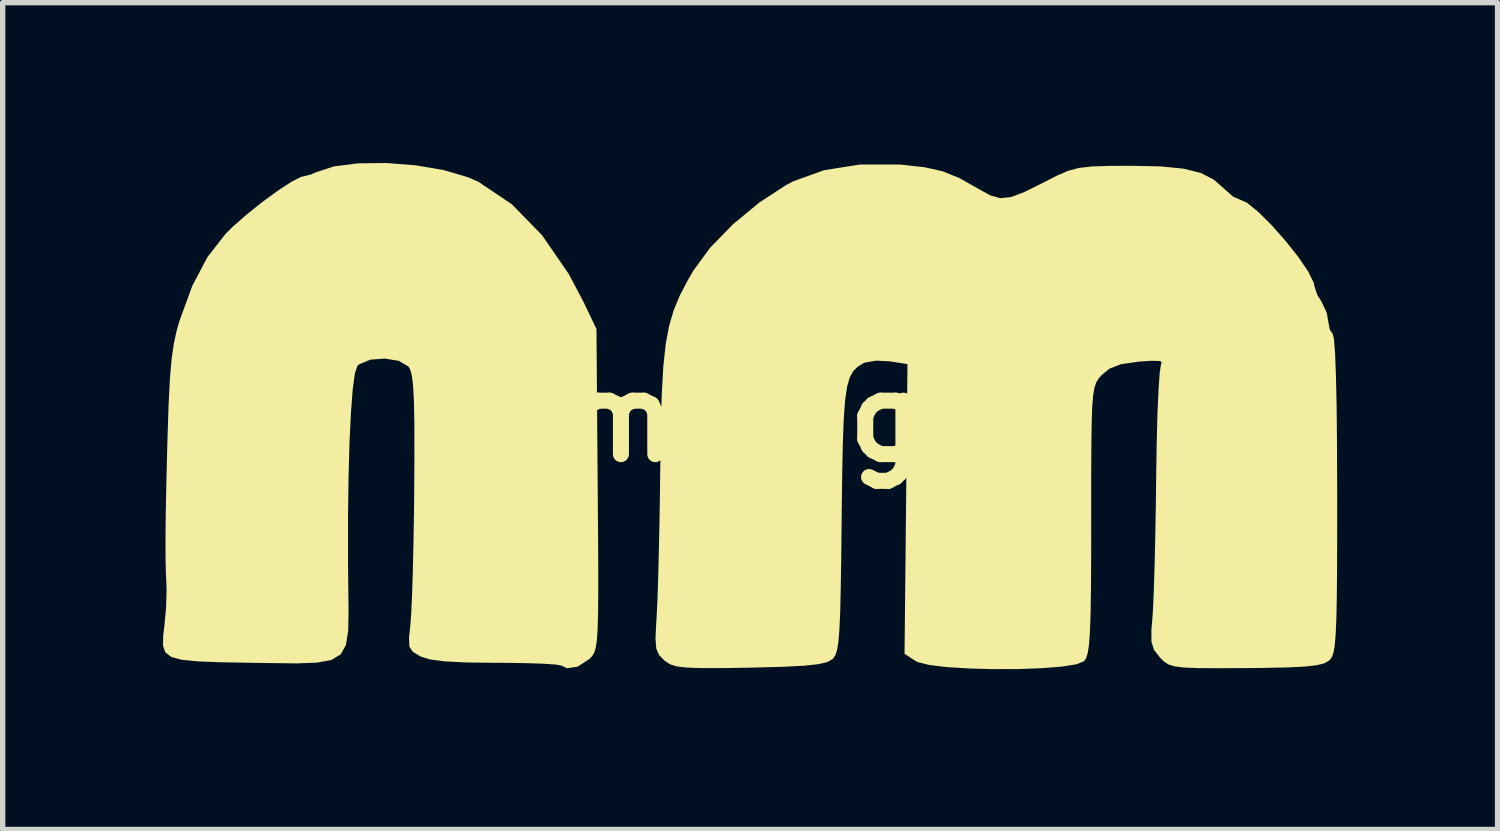
<source format=kicad_pcb>
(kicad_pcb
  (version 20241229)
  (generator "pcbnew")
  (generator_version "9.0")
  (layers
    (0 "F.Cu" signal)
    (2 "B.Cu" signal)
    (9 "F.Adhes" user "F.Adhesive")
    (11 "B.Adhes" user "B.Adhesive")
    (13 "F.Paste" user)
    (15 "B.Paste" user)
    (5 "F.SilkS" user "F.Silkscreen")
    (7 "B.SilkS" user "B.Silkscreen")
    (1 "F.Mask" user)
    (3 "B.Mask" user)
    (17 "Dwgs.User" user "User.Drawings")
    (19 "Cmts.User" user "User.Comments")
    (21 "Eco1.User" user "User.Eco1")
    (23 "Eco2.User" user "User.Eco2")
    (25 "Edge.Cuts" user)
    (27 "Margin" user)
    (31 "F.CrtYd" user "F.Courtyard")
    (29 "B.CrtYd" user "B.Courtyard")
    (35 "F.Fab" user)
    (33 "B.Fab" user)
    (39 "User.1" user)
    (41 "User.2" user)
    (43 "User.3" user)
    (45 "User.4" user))
  (footprint "nm logo"
    (layer "F.Cu")
    (at 10.89 4.769)
    (property "Reference" "nm logo" (at 0 0 0) (layer "F.SilkS") (effects (font (size 1.5 1.5) (thickness 0.3))))
    (attr board_only exclude_from_pos_files exclude_from_bom)
    (fp_poly (pts (xy -6.164 -4.726) (xy -5.64 -4.637) (xy -5.186 -4.504) (xy -4.986 -4.416) (xy -4.363 -3.997) (xy -3.799 -3.42) (xy -3.297 -2.691) (xy -3.023 -2.173) (xy -2.779 -1.662) (xy -2.756 1.341) (xy -2.75 2.136) (xy -2.746 2.777) (xy -2.746 3.283) (xy -2.749 3.671) (xy -2.758 3.959) (xy -2.772 4.164) (xy -2.793 4.303) (xy -2.822 4.395) (xy -2.859 4.457) (xy -2.906 4.506) (xy -2.917 4.516) (xy -3.132 4.655) (xy -3.334 4.684) (xy -3.434 4.635) (xy -3.534 4.616) (xy -3.772 4.6) (xy -4.115 4.589) (xy -4.531 4.583) (xy -4.663 4.583) (xy -5.208 4.577) (xy -5.608 4.557) (xy -5.885 4.522) (xy -6.063 4.468) (xy -6.078 4.46) (xy -6.216 4.378) (xy -6.28 4.28) (xy -6.287 4.112) (xy -6.262 3.886) (xy -6.246 3.674) (xy -6.23 3.321) (xy -6.215 2.858) (xy -6.203 2.314) (xy -6.193 1.718) (xy -6.189 1.312) (xy -6.186 0.632) (xy -6.187 0.103) (xy -6.194 -0.296) (xy -6.209 -0.582) (xy -6.231 -0.776) (xy -6.262 -0.898) (xy -6.296 -0.959) (xy -6.476 -1.066) (xy -6.739 -1.11) (xy -7.012 -1.089) (xy -7.22 -1.002) (xy -7.254 -0.97) (xy -7.3 -0.828) (xy -7.34 -0.534) (xy -7.373 -0.102) (xy -7.4 0.45) (xy -7.418 1.106) (xy -7.428 1.849) (xy -7.428 2.662) (xy -7.424 3.102) (xy -7.418 3.602) (xy -7.424 3.978) (xy -7.466 4.246) (xy -7.564 4.424) (xy -7.738 4.53) (xy -8.01 4.58) (xy -8.402 4.594) (xy -8.934 4.587) (xy -9.211 4.583) (xy -9.797 4.573) (xy -10.232 4.557) (xy -10.538 4.527) (xy -10.736 4.473) (xy -10.847 4.387) (xy -10.89 4.26) (xy -10.887 4.083) (xy -10.863 3.878) (xy -10.833 3.556) (xy -10.823 3.249) (xy -10.825 3.154) (xy -10.837 2.879) (xy -10.843 2.57) (xy -10.843 2.199) (xy -10.838 1.739) (xy -10.826 1.165) (xy -10.808 0.45) (xy -10.806 0.384) (xy -10.786 -0.236) (xy -10.762 -0.718) (xy -10.73 -1.093) (xy -10.687 -1.393) (xy -10.63 -1.65) (xy -10.586 -1.804) (xy -10.341 -2.473) (xy -10.06 -3.006) (xy -9.724 -3.438) (xy -9.601 -3.562) (xy -9.335 -3.797) (xy -9.036 -4.036) (xy -8.742 -4.251) (xy -8.488 -4.417) (xy -8.311 -4.508) (xy -8.269 -4.517) (xy -8.123 -4.554) (xy -8.032 -4.594) (xy -7.691 -4.706) (xy -7.236 -4.763) (xy -6.711 -4.769)) (stroke (width 0) (type solid)) (fill yes) (layer "F.SilkS"))
    (fp_poly (pts (xy 2.888 -4.74) (xy 2.92 -4.738) (xy 3.359 -4.69) (xy 3.698 -4.614) (xy 4.007 -4.489) (xy 4.354 -4.294) (xy 4.367 -4.286) (xy 4.588 -4.164) (xy 4.776 -4.111) (xy 4.976 -4.131) (xy 5.234 -4.229) (xy 5.583 -4.403) (xy 5.841 -4.535) (xy 6.047 -4.623) (xy 6.246 -4.676) (xy 6.484 -4.704) (xy 6.807 -4.715) (xy 7.202 -4.717) (xy 7.771 -4.706) (xy 8.201 -4.664) (xy 8.525 -4.584) (xy 8.774 -4.457) (xy 8.979 -4.276) (xy 8.986 -4.269) (xy 9.136 -4.138) (xy 9.245 -4.091) (xy 9.393 -4.026) (xy 9.606 -3.852) (xy 9.856 -3.603) (xy 10.113 -3.313) (xy 10.35 -3.015) (xy 10.536 -2.742) (xy 10.642 -2.528) (xy 10.657 -2.457) (xy 10.707 -2.304) (xy 10.785 -2.179) (xy 10.886 -1.966) (xy 10.91 -1.821) (xy 10.944 -1.647) (xy 10.995 -1.577) (xy 11.02 -1.476) (xy 11.041 -1.213) (xy 11.057 -0.794) (xy 11.07 -0.226) (xy 11.077 0.483) (xy 11.08 1.326) (xy 11.081 1.441) (xy 11.08 2.235) (xy 11.078 2.876) (xy 11.073 3.381) (xy 11.065 3.767) (xy 11.052 4.052) (xy 11.035 4.254) (xy 11.012 4.388) (xy 10.982 4.474) (xy 10.944 4.527) (xy 10.931 4.539) (xy 10.845 4.591) (xy 10.7 4.628) (xy 10.473 4.654) (xy 10.138 4.67) (xy 9.671 4.679) (xy 9.371 4.682) (xy 8.85 4.684) (xy 8.472 4.682) (xy 8.209 4.671) (xy 8.034 4.649) (xy 7.919 4.612) (xy 7.837 4.556) (xy 7.764 4.483) (xy 7.654 4.343) (xy 7.605 4.191) (xy 7.604 3.967) (xy 7.621 3.779) (xy 7.636 3.553) (xy 7.651 3.188) (xy 7.665 2.714) (xy 7.678 2.16) (xy 7.688 1.558) (xy 7.693 1.151) (xy 7.703 0.495) (xy 7.717 -0.066) (xy 7.737 -0.515) (xy 7.759 -0.837) (xy 7.785 -1.012) (xy 7.797 -1.04) (xy 7.766 -1.064) (xy 7.602 -1.068) (xy 7.371 -1.053) (xy 7.038 -1.005) (xy 6.819 -0.921) (xy 6.67 -0.797) (xy 6.615 -0.733) (xy 6.571 -0.661) (xy 6.538 -0.563) (xy 6.514 -0.418) (xy 6.497 -0.207) (xy 6.487 0.09) (xy 6.481 0.493) (xy 6.478 1.022) (xy 6.478 1.696) (xy 6.478 1.916) (xy 6.477 2.649) (xy 6.473 3.229) (xy 6.466 3.676) (xy 6.454 4.007) (xy 6.437 4.243) (xy 6.413 4.4) (xy 6.382 4.498) (xy 6.344 4.554) (xy 6.2 4.611) (xy 5.923 4.655) (xy 5.547 4.684) (xy 5.109 4.7) (xy 4.643 4.701) (xy 4.187 4.689) (xy 3.775 4.663) (xy 3.444 4.623) (xy 3.23 4.569) (xy 3.194 4.551) (xy 2.985 4.414) (xy 3.013 1.704) (xy 3.04 -1.006) (xy 2.711 -1.058) (xy 2.452 -1.071) (xy 2.241 -1.034) (xy 2.215 -1.022) (xy 2.11 -0.958) (xy 2.026 -0.875) (xy 1.96 -0.757) (xy 1.911 -0.585) (xy 1.874 -0.338) (xy 1.849 -0.00029) (xy 1.831 0.449) (xy 1.819 1.027) (xy 1.81 1.753) (xy 1.808 1.918) (xy 1.8 2.637) (xy 1.791 3.205) (xy 1.781 3.64) (xy 1.766 3.962) (xy 1.748 4.19) (xy 1.723 4.343) (xy 1.691 4.44) (xy 1.651 4.5) (xy 1.631 4.519) (xy 1.535 4.571) (xy 1.369 4.609) (xy 1.109 4.637) (xy 0.732 4.657) (xy 0.214 4.671) (xy 0.077 4.674) (xy -0.449 4.682) (xy -0.831 4.682) (xy -1.098 4.672) (xy -1.278 4.65) (xy -1.398 4.613) (xy -1.486 4.558) (xy -1.513 4.536) (xy -1.609 4.436) (xy -1.66 4.316) (xy -1.675 4.129) (xy -1.661 3.83) (xy -1.655 3.742) (xy -1.641 3.479) (xy -1.627 3.077) (xy -1.614 2.57) (xy -1.601 1.988) (xy -1.591 1.365) (xy -1.586 0.938) (xy -1.574 0.166) (xy -1.557 -0.461) (xy -1.528 -0.967) (xy -1.484 -1.377) (xy -1.421 -1.718) (xy -1.335 -2.013) (xy -1.221 -2.288) (xy -1.075 -2.568) (xy -0.964 -2.759) (xy -0.651 -3.185) (xy -0.225 -3.622) (xy 0.264 -4.027) (xy 0.767 -4.355) (xy 0.901 -4.426) (xy 1.478 -4.634) (xy 2.154 -4.741)) (stroke (width 0) (type solid)) (fill yes) (layer "F.SilkS")))
  (gr_rect
    (start -3 -3)
    (end 24.971 12.47)
    (stroke (width 0.1) (type default))
    (fill no)
    (layer "Edge.Cuts")))
</source>
